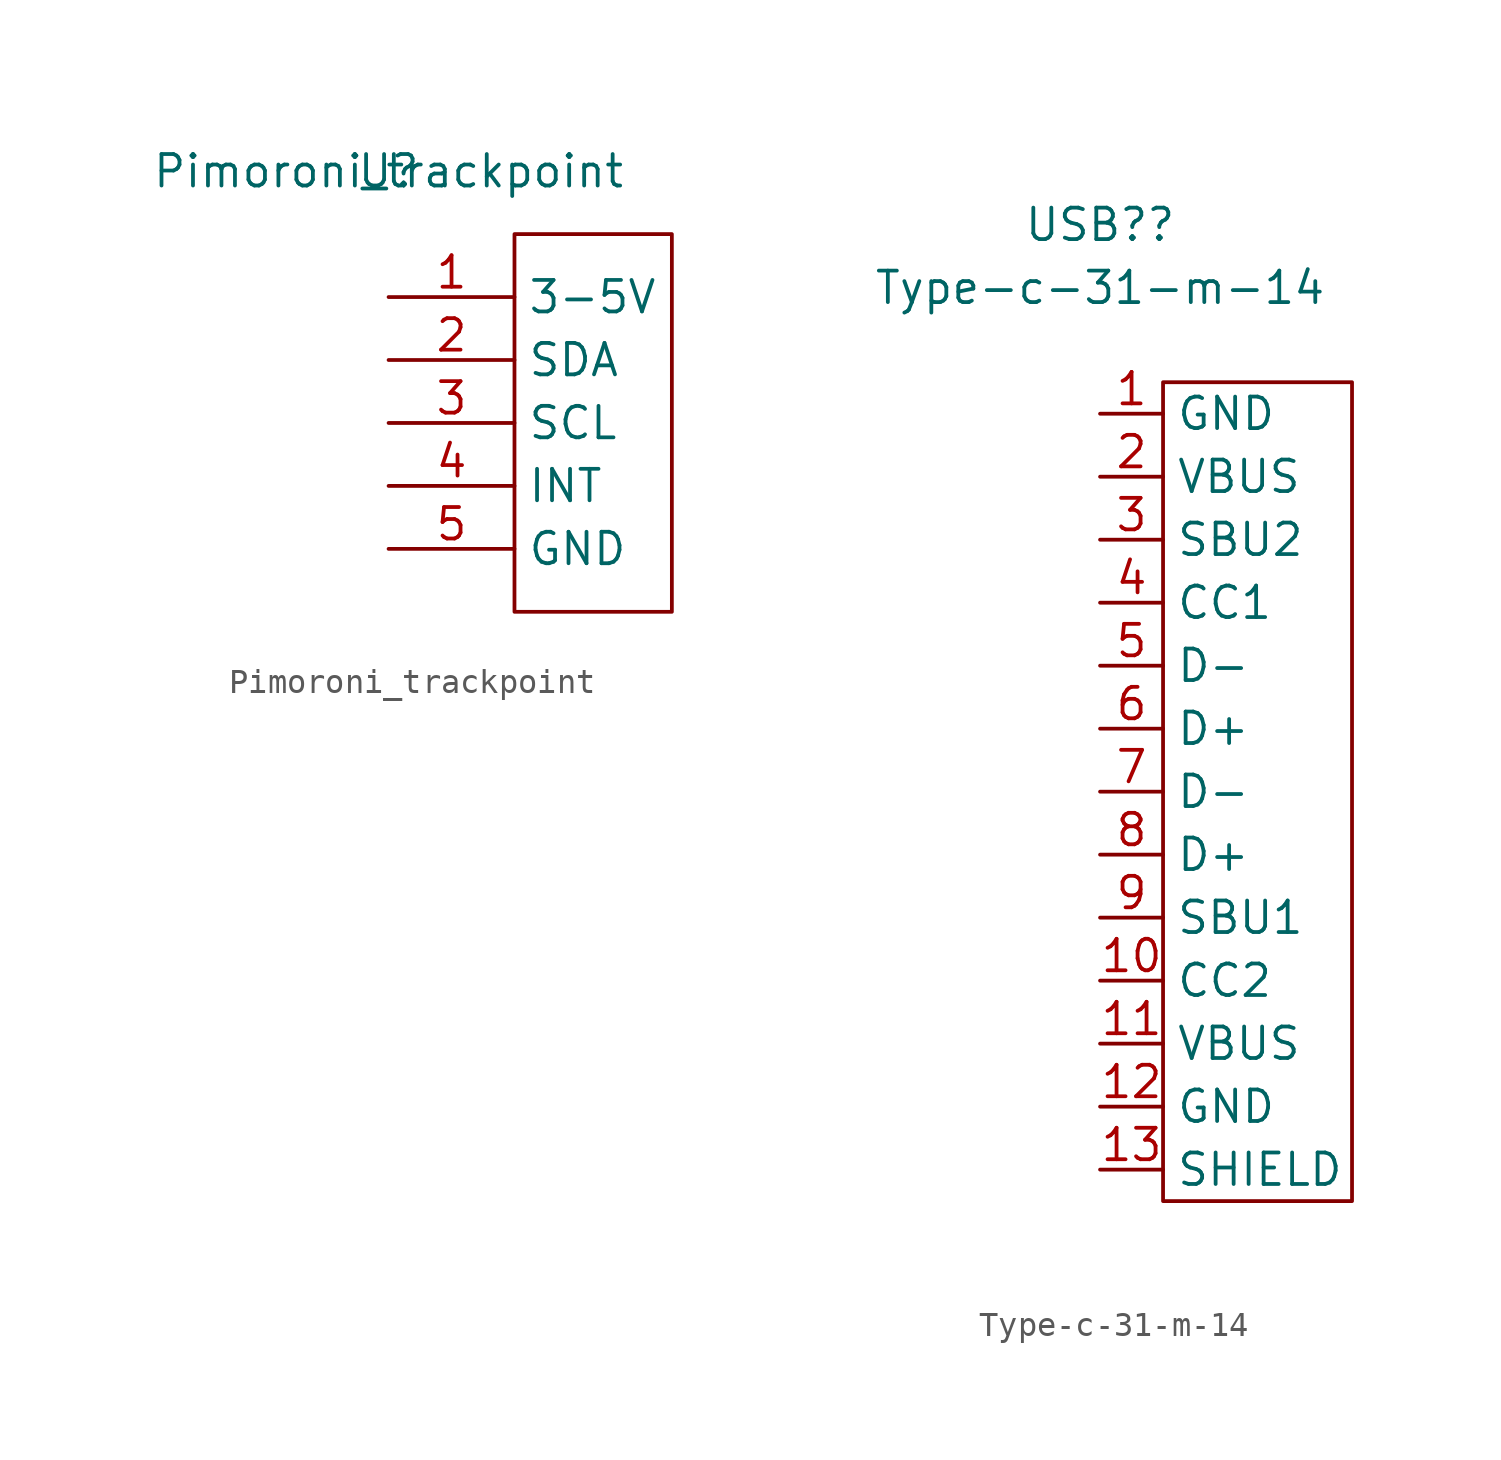
<source format=kicad_sym>
(kicad_symbol_lib
  (version 20211014)
  (generator kicad_symbol_editor)
  (symbol "Pimoroni_trackpoint"
    (property "Reference" "U"
      (at 0 5.08 0)
      (effects (font (size 1.27 1.27))))
    (property "Value" "Pimoroni_trackpoint"
      (at 0 5.08 0)
      (effects (font (size 1.27 1.27))))
    (symbol "Pimoroni_trackpoint_0_1"
      (polyline (pts (xy 5.08 -12.7) (xy 5.08 2.54) (xy 11.43 2.54) (xy 11.43 -12.7) (xy 5.08 -12.7)) (stroke (width 0.152) (type default) (color 0 0 0 0)) (fill (type none))))
    (symbol "Pimoroni_trackpoint_1_1"
      (pin input line (at 0 0 0) (length 5.08) (name "3-5V" (effects (font (size 1.27 1.27)))) (number "1" (effects (font (size 1.27 1.27)))))
      (pin input line (at 0 -2.54 0) (length 5.08) (name "SDA" (effects (font (size 1.27 1.27)))) (number "2" (effects (font (size 1.27 1.27)))))
      (pin input line (at 0 -5.08 0) (length 5.08) (name "SCL" (effects (font (size 1.27 1.27)))) (number "3" (effects (font (size 1.27 1.27)))))
      (pin input line (at 0 -7.62 0) (length 5.08) (name "INT" (effects (font (size 1.27 1.27)))) (number "4" (effects (font (size 1.27 1.27)))))
      (pin input line (at 0 -10.16 0) (length 5.08) (name "GND" (effects (font (size 1.27 1.27)))) (number "5" (effects (font (size 1.27 1.27)))))))
  (symbol "Type-c-31-m-14"
    (property "Reference" "USB?"
      (at 0 7.62 0)
      (effects (font (size 1.27 1.27))))
    (property "Value" "Type-c-31-m-14"
      (at 0 5.08 0)
      (effects (font (size 1.27 1.27))))
    (symbol "Type-c-31-m-14_0_1"
      (polyline (pts (xy 2.54 -31.75) (xy 2.54 1.27) (xy 10.16 1.27) (xy 10.16 -31.75) (xy 2.54 -31.75) (xy 3.81 -31.75)) (stroke (width 0.152) (type default) (color 0 0 0 0)) (fill (type none))))
    (symbol "Type-c-31-m-14_1_1"
      (pin input line (at 0 0 0) (length 2.54) (name "GND" (effects (font (size 1.27 1.27)))) (number "1" (effects (font (size 1.27 1.27)))))
      (pin input line (at 0 -22.86 0) (length 2.54) (name "CC2" (effects (font (size 1.27 1.27)))) (number "10" (effects (font (size 1.27 1.27)))))
      (pin input line (at 0 -25.4 0) (length 2.54) (name "VBUS" (effects (font (size 1.27 1.27)))) (number "11" (effects (font (size 1.27 1.27)))))
      (pin input line (at 0 -27.94 0) (length 2.54) (name "GND" (effects (font (size 1.27 1.27)))) (number "12" (effects (font (size 1.27 1.27)))))
      (pin input line (at 0 -30.48 0) (length 2.54) (name "SHIELD" (effects (font (size 1.27 1.27)))) (number "13" (effects (font (size 1.27 1.27)))))
      (pin input line (at 0 -2.54 0) (length 2.54) (name "VBUS" (effects (font (size 1.27 1.27)))) (number "2" (effects (font (size 1.27 1.27)))))
      (pin input line (at 0 -5.08 0) (length 2.54) (name "SBU2" (effects (font (size 1.27 1.27)))) (number "3" (effects (font (size 1.27 1.27)))))
      (pin input line (at 0 -7.62 0) (length 2.54) (name "CC1" (effects (font (size 1.27 1.27)))) (number "4" (effects (font (size 1.27 1.27)))))
      (pin input line (at 0 -10.16 0) (length 2.54) (name "D-" (effects (font (size 1.27 1.27)))) (number "5" (effects (font (size 1.27 1.27)))))
      (pin input line (at 0 -12.7 0) (length 2.54) (name "D+" (effects (font (size 1.27 1.27)))) (number "6" (effects (font (size 1.27 1.27)))))
      (pin input line (at 0 -15.24 0) (length 2.54) (name "D-" (effects (font (size 1.27 1.27)))) (number "7" (effects (font (size 1.27 1.27)))))
      (pin input line (at 0 -17.78 0) (length 2.54) (name "D+" (effects (font (size 1.27 1.27)))) (number "8" (effects (font (size 1.27 1.27)))))
      (pin input line (at 0 -20.32 0) (length 2.54) (name "SBU1" (effects (font (size 1.27 1.27)))) (number "9" (effects (font (size 1.27 1.27))))))))
</source>
